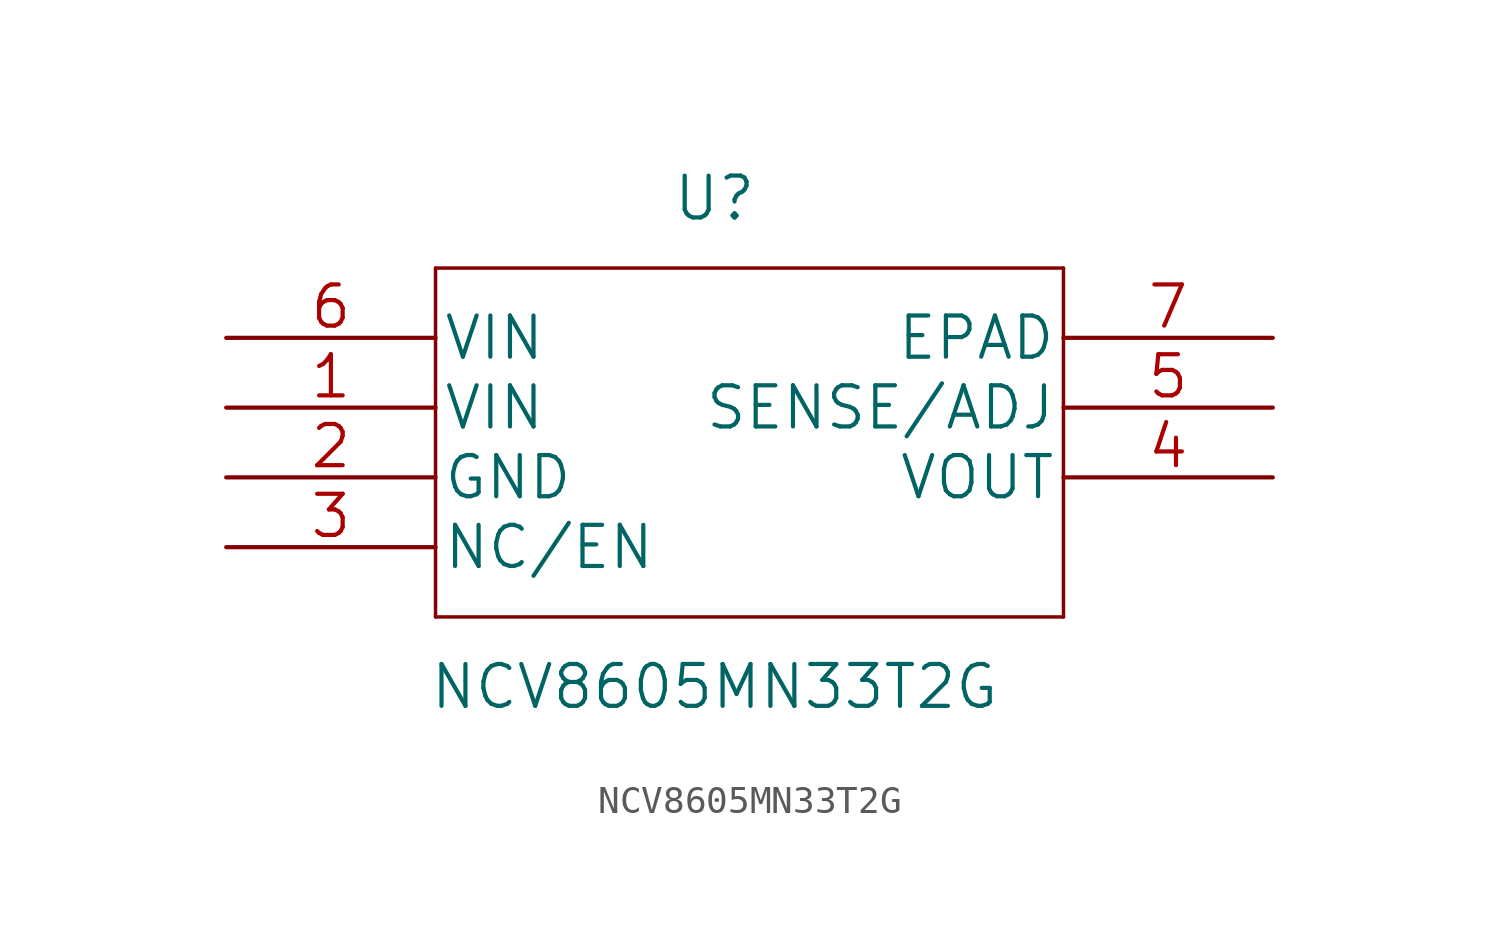
<source format=kicad_sym>
(kicad_symbol_lib
  (version 20211014)
  (generator kicad_symbol_editor)
  (symbol "NCV8605MN33T2G"
    (pin_names
      (offset 0.254))
    (property "Reference" "U"
      (at 17.78 7.62 0)
      (effects (font (size 1.524 1.524))))
    (property "Value" "NCV8605MN33T2G"
      (at 17.78 -10.16 0)
      (effects (font (size 1.524 1.524))))
    (symbol "NCV8605MN33T2G_1_1"
      (polyline (pts (xy 7.62 -7.62) (xy 30.48 -7.62)) (stroke (width 0.127) (type default) (color 0 0 0 0)) (fill (type none)))
      (polyline (pts (xy 7.62 5.08) (xy 7.62 -7.62)) (stroke (width 0.127) (type default) (color 0 0 0 0)) (fill (type none)))
      (polyline (pts (xy 30.48 -7.62) (xy 30.48 5.08)) (stroke (width 0.127) (type default) (color 0 0 0 0)) (fill (type none)))
      (polyline (pts (xy 30.48 5.08) (xy 7.62 5.08)) (stroke (width 0.127) (type default) (color 0 0 0 0)) (fill (type none)))
      (pin input line (at 0 0 0) (length 7.62) (name "VIN" (effects (font (size 1.499 1.499)))) (number "1" (effects (font (size 1.499 1.499)))))
      (pin power_in line (at 0 -2.54 0) (length 7.62) (name "GND" (effects (font (size 1.499 1.499)))) (number "2" (effects (font (size 1.499 1.499)))))
      (pin bidirectional line (at 0 -5.08 0) (length 7.62) (name "NC/EN" (effects (font (size 1.499 1.499)))) (number "3" (effects (font (size 1.499 1.499)))))
      (pin output line (at 38.1 -2.54 180) (length 7.62) (name "VOUT" (effects (font (size 1.499 1.499)))) (number "4" (effects (font (size 1.499 1.499)))))
      (pin bidirectional line (at 38.1 0 180) (length 7.62) (name "SENSE/ADJ" (effects (font (size 1.499 1.499)))) (number "5" (effects (font (size 1.499 1.499)))))
      (pin input line (at 0 2.54 0) (length 7.62) (name "VIN" (effects (font (size 1.499 1.499)))) (number "6" (effects (font (size 1.499 1.499)))))
      (pin unspecified line (at 38.1 2.54 180) (length 7.62) (name "EPAD" (effects (font (size 1.499 1.499)))) (number "7" (effects (font (size 1.499 1.499))))))))
</source>
